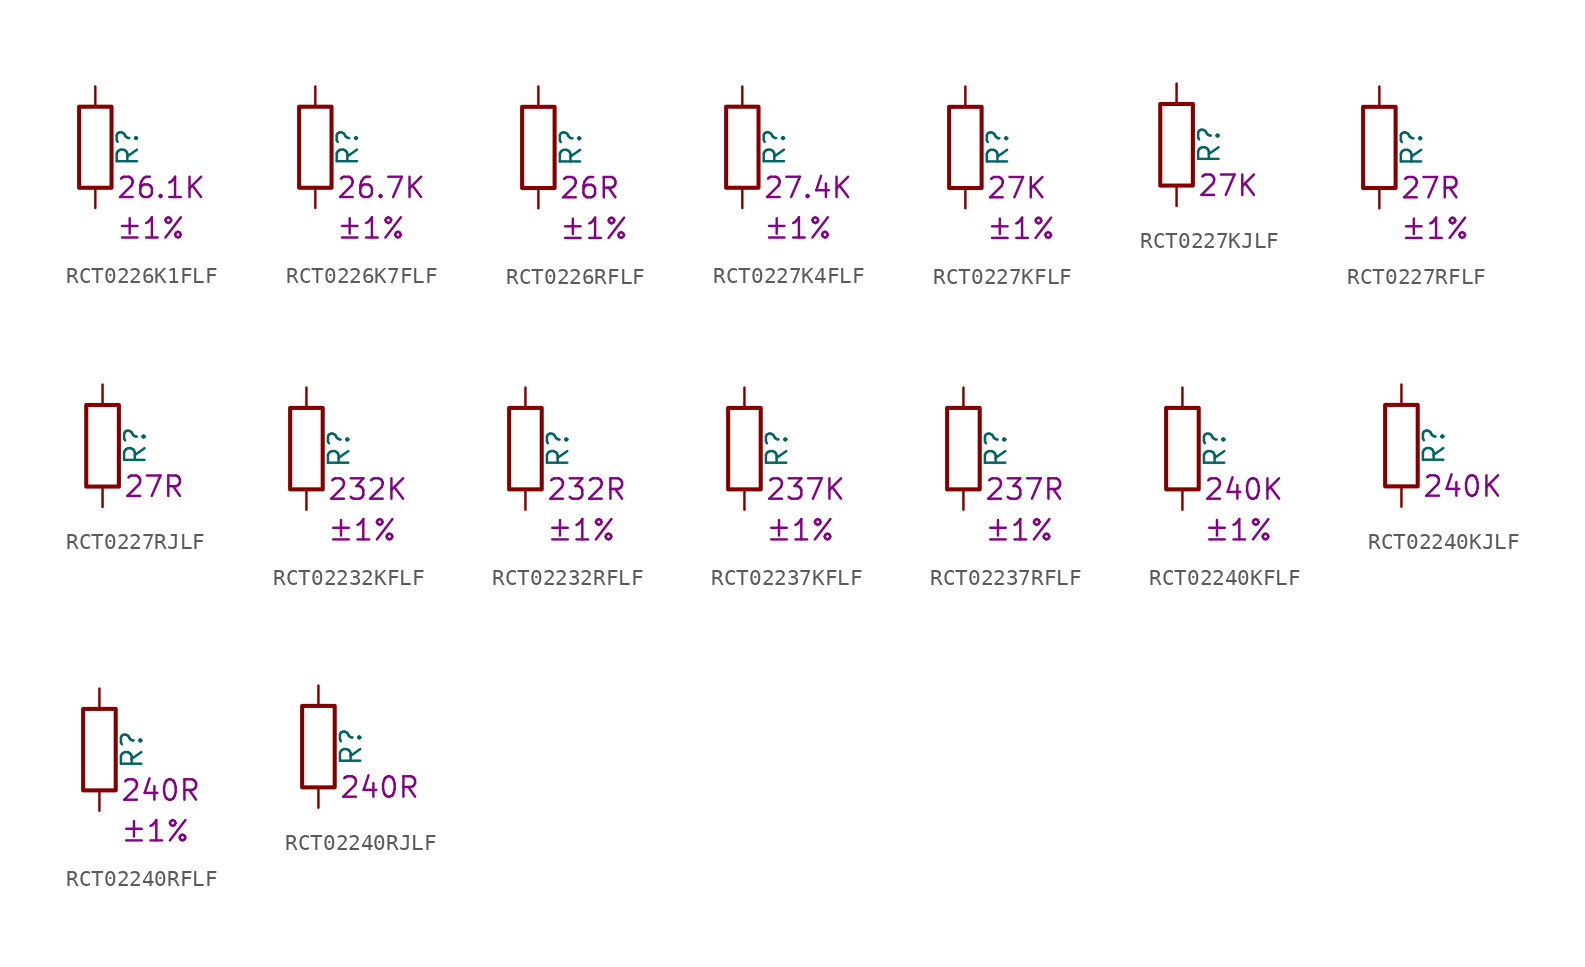
<source format=kicad_sym>
(kicad_symbol_lib
  (version 20220914)
  (generator kicad_symbol_editor)
  (symbol "RCT0226K1FLF"
    (pin_numbers hide)
    (pin_names
      (offset 0))
    (property "Reference" "R"
      (at 2.032 0 90)
      (effects (font (size 1.27 1.27))))
    (property "Resistance" "26.1K"
      (at 1.27 -2.54 0)
      (effects (font (size 1.27 1.27)) (justify left)))
    (property "Tolerance" "±1%"
      (at 1.27 -5.08 0)
      (effects (font (size 1.27 1.27)) (justify left)))
    (symbol "RCT0226K1FLF_0_1"
      (rectangle (start -1.016 -2.54) (end 1.016 2.54) (stroke (width 0.254) (type default)) (fill (type none))))
    (symbol "RCT0226K1FLF_1_1"
      (pin passive line (at 0 3.81 270) (length 1.27) (name "~" (effects (font (size 1.27 1.27)))) (number "1" (effects (font (size 1.27 1.27)))))
      (pin passive line (at 0 -3.81 90) (length 1.27) (name "~" (effects (font (size 1.27 1.27)))) (number "2" (effects (font (size 1.27 1.27)))))))
  (symbol "RCT0226K7FLF"
    (pin_numbers hide)
    (pin_names
      (offset 0))
    (property "Reference" "R"
      (at 2.032 0 90)
      (effects (font (size 1.27 1.27))))
    (property "Resistance" "26.7K"
      (at 1.27 -2.54 0)
      (effects (font (size 1.27 1.27)) (justify left)))
    (property "Tolerance" "±1%"
      (at 1.27 -5.08 0)
      (effects (font (size 1.27 1.27)) (justify left)))
    (symbol "RCT0226K7FLF_0_1"
      (rectangle (start -1.016 -2.54) (end 1.016 2.54) (stroke (width 0.254) (type default)) (fill (type none))))
    (symbol "RCT0226K7FLF_1_1"
      (pin passive line (at 0 3.81 270) (length 1.27) (name "~" (effects (font (size 1.27 1.27)))) (number "1" (effects (font (size 1.27 1.27)))))
      (pin passive line (at 0 -3.81 90) (length 1.27) (name "~" (effects (font (size 1.27 1.27)))) (number "2" (effects (font (size 1.27 1.27)))))))
  (symbol "RCT0226RFLF"
    (pin_numbers hide)
    (pin_names
      (offset 0))
    (property "Reference" "R"
      (at 2.032 0 90)
      (effects (font (size 1.27 1.27))))
    (property "Resistance" "26R"
      (at 1.27 -2.54 0)
      (effects (font (size 1.27 1.27)) (justify left)))
    (property "Tolerance" "±1%"
      (at 1.27 -5.08 0)
      (effects (font (size 1.27 1.27)) (justify left)))
    (symbol "RCT0226RFLF_0_1"
      (rectangle (start -1.016 -2.54) (end 1.016 2.54) (stroke (width 0.254) (type default)) (fill (type none))))
    (symbol "RCT0226RFLF_1_1"
      (pin passive line (at 0 3.81 270) (length 1.27) (name "~" (effects (font (size 1.27 1.27)))) (number "1" (effects (font (size 1.27 1.27)))))
      (pin passive line (at 0 -3.81 90) (length 1.27) (name "~" (effects (font (size 1.27 1.27)))) (number "2" (effects (font (size 1.27 1.27)))))))
  (symbol "RCT0227K4FLF"
    (pin_numbers hide)
    (pin_names
      (offset 0))
    (property "Reference" "R"
      (at 2.032 0 90)
      (effects (font (size 1.27 1.27))))
    (property "Resistance" "27.4K"
      (at 1.27 -2.54 0)
      (effects (font (size 1.27 1.27)) (justify left)))
    (property "Tolerance" "±1%"
      (at 1.27 -5.08 0)
      (effects (font (size 1.27 1.27)) (justify left)))
    (symbol "RCT0227K4FLF_0_1"
      (rectangle (start -1.016 -2.54) (end 1.016 2.54) (stroke (width 0.254) (type default)) (fill (type none))))
    (symbol "RCT0227K4FLF_1_1"
      (pin passive line (at 0 3.81 270) (length 1.27) (name "~" (effects (font (size 1.27 1.27)))) (number "1" (effects (font (size 1.27 1.27)))))
      (pin passive line (at 0 -3.81 90) (length 1.27) (name "~" (effects (font (size 1.27 1.27)))) (number "2" (effects (font (size 1.27 1.27)))))))
  (symbol "RCT0227KFLF"
    (pin_numbers hide)
    (pin_names
      (offset 0))
    (property "Reference" "R"
      (at 2.032 0 90)
      (effects (font (size 1.27 1.27))))
    (property "Resistance" "27K"
      (at 1.27 -2.54 0)
      (effects (font (size 1.27 1.27)) (justify left)))
    (property "Tolerance" "±1%"
      (at 1.27 -5.08 0)
      (effects (font (size 1.27 1.27)) (justify left)))
    (symbol "RCT0227KFLF_0_1"
      (rectangle (start -1.016 -2.54) (end 1.016 2.54) (stroke (width 0.254) (type default)) (fill (type none))))
    (symbol "RCT0227KFLF_1_1"
      (pin passive line (at 0 3.81 270) (length 1.27) (name "~" (effects (font (size 1.27 1.27)))) (number "1" (effects (font (size 1.27 1.27)))))
      (pin passive line (at 0 -3.81 90) (length 1.27) (name "~" (effects (font (size 1.27 1.27)))) (number "2" (effects (font (size 1.27 1.27)))))))
  (symbol "RCT0227KJLF"
    (pin_numbers hide)
    (pin_names
      (offset 0))
    (property "Reference" "R"
      (at 2.032 0 90)
      (effects (font (size 1.27 1.27))))
    (property "Resistance" "27K"
      (at 1.27 -2.54 0)
      (effects (font (size 1.27 1.27)) (justify left)))
    (symbol "RCT0227KJLF_0_1"
      (rectangle (start -1.016 -2.54) (end 1.016 2.54) (stroke (width 0.254) (type default)) (fill (type none))))
    (symbol "RCT0227KJLF_1_1"
      (pin passive line (at 0 3.81 270) (length 1.27) (name "~" (effects (font (size 1.27 1.27)))) (number "1" (effects (font (size 1.27 1.27)))))
      (pin passive line (at 0 -3.81 90) (length 1.27) (name "~" (effects (font (size 1.27 1.27)))) (number "2" (effects (font (size 1.27 1.27)))))))
  (symbol "RCT0227RFLF"
    (pin_numbers hide)
    (pin_names
      (offset 0))
    (property "Reference" "R"
      (at 2.032 0 90)
      (effects (font (size 1.27 1.27))))
    (property "Resistance" "27R"
      (at 1.27 -2.54 0)
      (effects (font (size 1.27 1.27)) (justify left)))
    (property "Tolerance" "±1%"
      (at 1.27 -5.08 0)
      (effects (font (size 1.27 1.27)) (justify left)))
    (symbol "RCT0227RFLF_0_1"
      (rectangle (start -1.016 -2.54) (end 1.016 2.54) (stroke (width 0.254) (type default)) (fill (type none))))
    (symbol "RCT0227RFLF_1_1"
      (pin passive line (at 0 3.81 270) (length 1.27) (name "~" (effects (font (size 1.27 1.27)))) (number "1" (effects (font (size 1.27 1.27)))))
      (pin passive line (at 0 -3.81 90) (length 1.27) (name "~" (effects (font (size 1.27 1.27)))) (number "2" (effects (font (size 1.27 1.27)))))))
  (symbol "RCT0227RJLF"
    (pin_numbers hide)
    (pin_names
      (offset 0))
    (property "Reference" "R"
      (at 2.032 0 90)
      (effects (font (size 1.27 1.27))))
    (property "Resistance" "27R"
      (at 1.27 -2.54 0)
      (effects (font (size 1.27 1.27)) (justify left)))
    (symbol "RCT0227RJLF_0_1"
      (rectangle (start -1.016 -2.54) (end 1.016 2.54) (stroke (width 0.254) (type default)) (fill (type none))))
    (symbol "RCT0227RJLF_1_1"
      (pin passive line (at 0 3.81 270) (length 1.27) (name "~" (effects (font (size 1.27 1.27)))) (number "1" (effects (font (size 1.27 1.27)))))
      (pin passive line (at 0 -3.81 90) (length 1.27) (name "~" (effects (font (size 1.27 1.27)))) (number "2" (effects (font (size 1.27 1.27)))))))
  (symbol "RCT02232KFLF"
    (pin_numbers hide)
    (pin_names
      (offset 0))
    (property "Reference" "R"
      (at 2.032 0 90)
      (effects (font (size 1.27 1.27))))
    (property "Resistance" "232K"
      (at 1.27 -2.54 0)
      (effects (font (size 1.27 1.27)) (justify left)))
    (property "Tolerance" "±1%"
      (at 1.27 -5.08 0)
      (effects (font (size 1.27 1.27)) (justify left)))
    (symbol "RCT02232KFLF_0_1"
      (rectangle (start -1.016 -2.54) (end 1.016 2.54) (stroke (width 0.254) (type default)) (fill (type none))))
    (symbol "RCT02232KFLF_1_1"
      (pin passive line (at 0 3.81 270) (length 1.27) (name "~" (effects (font (size 1.27 1.27)))) (number "1" (effects (font (size 1.27 1.27)))))
      (pin passive line (at 0 -3.81 90) (length 1.27) (name "~" (effects (font (size 1.27 1.27)))) (number "2" (effects (font (size 1.27 1.27)))))))
  (symbol "RCT02232RFLF"
    (pin_numbers hide)
    (pin_names
      (offset 0))
    (property "Reference" "R"
      (at 2.032 0 90)
      (effects (font (size 1.27 1.27))))
    (property "Resistance" "232R"
      (at 1.27 -2.54 0)
      (effects (font (size 1.27 1.27)) (justify left)))
    (property "Tolerance" "±1%"
      (at 1.27 -5.08 0)
      (effects (font (size 1.27 1.27)) (justify left)))
    (symbol "RCT02232RFLF_0_1"
      (rectangle (start -1.016 -2.54) (end 1.016 2.54) (stroke (width 0.254) (type default)) (fill (type none))))
    (symbol "RCT02232RFLF_1_1"
      (pin passive line (at 0 3.81 270) (length 1.27) (name "~" (effects (font (size 1.27 1.27)))) (number "1" (effects (font (size 1.27 1.27)))))
      (pin passive line (at 0 -3.81 90) (length 1.27) (name "~" (effects (font (size 1.27 1.27)))) (number "2" (effects (font (size 1.27 1.27)))))))
  (symbol "RCT02237KFLF"
    (pin_numbers hide)
    (pin_names
      (offset 0))
    (property "Reference" "R"
      (at 2.032 0 90)
      (effects (font (size 1.27 1.27))))
    (property "Resistance" "237K"
      (at 1.27 -2.54 0)
      (effects (font (size 1.27 1.27)) (justify left)))
    (property "Tolerance" "±1%"
      (at 1.27 -5.08 0)
      (effects (font (size 1.27 1.27)) (justify left)))
    (symbol "RCT02237KFLF_0_1"
      (rectangle (start -1.016 -2.54) (end 1.016 2.54) (stroke (width 0.254) (type default)) (fill (type none))))
    (symbol "RCT02237KFLF_1_1"
      (pin passive line (at 0 3.81 270) (length 1.27) (name "~" (effects (font (size 1.27 1.27)))) (number "1" (effects (font (size 1.27 1.27)))))
      (pin passive line (at 0 -3.81 90) (length 1.27) (name "~" (effects (font (size 1.27 1.27)))) (number "2" (effects (font (size 1.27 1.27)))))))
  (symbol "RCT02237RFLF"
    (pin_numbers hide)
    (pin_names
      (offset 0))
    (property "Reference" "R"
      (at 2.032 0 90)
      (effects (font (size 1.27 1.27))))
    (property "Resistance" "237R"
      (at 1.27 -2.54 0)
      (effects (font (size 1.27 1.27)) (justify left)))
    (property "Tolerance" "±1%"
      (at 1.27 -5.08 0)
      (effects (font (size 1.27 1.27)) (justify left)))
    (symbol "RCT02237RFLF_0_1"
      (rectangle (start -1.016 -2.54) (end 1.016 2.54) (stroke (width 0.254) (type default)) (fill (type none))))
    (symbol "RCT02237RFLF_1_1"
      (pin passive line (at 0 3.81 270) (length 1.27) (name "~" (effects (font (size 1.27 1.27)))) (number "1" (effects (font (size 1.27 1.27)))))
      (pin passive line (at 0 -3.81 90) (length 1.27) (name "~" (effects (font (size 1.27 1.27)))) (number "2" (effects (font (size 1.27 1.27)))))))
  (symbol "RCT02240KFLF"
    (pin_numbers hide)
    (pin_names
      (offset 0))
    (property "Reference" "R"
      (at 2.032 0 90)
      (effects (font (size 1.27 1.27))))
    (property "Resistance" "240K"
      (at 1.27 -2.54 0)
      (effects (font (size 1.27 1.27)) (justify left)))
    (property "Tolerance" "±1%"
      (at 1.27 -5.08 0)
      (effects (font (size 1.27 1.27)) (justify left)))
    (symbol "RCT02240KFLF_0_1"
      (rectangle (start -1.016 -2.54) (end 1.016 2.54) (stroke (width 0.254) (type default)) (fill (type none))))
    (symbol "RCT02240KFLF_1_1"
      (pin passive line (at 0 3.81 270) (length 1.27) (name "~" (effects (font (size 1.27 1.27)))) (number "1" (effects (font (size 1.27 1.27)))))
      (pin passive line (at 0 -3.81 90) (length 1.27) (name "~" (effects (font (size 1.27 1.27)))) (number "2" (effects (font (size 1.27 1.27)))))))
  (symbol "RCT02240KJLF"
    (pin_numbers hide)
    (pin_names
      (offset 0))
    (property "Reference" "R"
      (at 2.032 0 90)
      (effects (font (size 1.27 1.27))))
    (property "Resistance" "240K"
      (at 1.27 -2.54 0)
      (effects (font (size 1.27 1.27)) (justify left)))
    (symbol "RCT02240KJLF_0_1"
      (rectangle (start -1.016 -2.54) (end 1.016 2.54) (stroke (width 0.254) (type default)) (fill (type none))))
    (symbol "RCT02240KJLF_1_1"
      (pin passive line (at 0 3.81 270) (length 1.27) (name "~" (effects (font (size 1.27 1.27)))) (number "1" (effects (font (size 1.27 1.27)))))
      (pin passive line (at 0 -3.81 90) (length 1.27) (name "~" (effects (font (size 1.27 1.27)))) (number "2" (effects (font (size 1.27 1.27)))))))
  (symbol "RCT02240RFLF"
    (pin_numbers hide)
    (pin_names
      (offset 0))
    (property "Reference" "R"
      (at 2.032 0 90)
      (effects (font (size 1.27 1.27))))
    (property "Resistance" "240R"
      (at 1.27 -2.54 0)
      (effects (font (size 1.27 1.27)) (justify left)))
    (property "Tolerance" "±1%"
      (at 1.27 -5.08 0)
      (effects (font (size 1.27 1.27)) (justify left)))
    (symbol "RCT02240RFLF_0_1"
      (rectangle (start -1.016 -2.54) (end 1.016 2.54) (stroke (width 0.254) (type default)) (fill (type none))))
    (symbol "RCT02240RFLF_1_1"
      (pin passive line (at 0 3.81 270) (length 1.27) (name "~" (effects (font (size 1.27 1.27)))) (number "1" (effects (font (size 1.27 1.27)))))
      (pin passive line (at 0 -3.81 90) (length 1.27) (name "~" (effects (font (size 1.27 1.27)))) (number "2" (effects (font (size 1.27 1.27)))))))
  (symbol "RCT02240RJLF"
    (pin_numbers hide)
    (pin_names
      (offset 0))
    (property "Reference" "R"
      (at 2.032 0 90)
      (effects (font (size 1.27 1.27))))
    (property "Resistance" "240R"
      (at 1.27 -2.54 0)
      (effects (font (size 1.27 1.27)) (justify left)))
    (symbol "RCT02240RJLF_0_1"
      (rectangle (start -1.016 -2.54) (end 1.016 2.54) (stroke (width 0.254) (type default)) (fill (type none))))
    (symbol "RCT02240RJLF_1_1"
      (pin passive line (at 0 3.81 270) (length 1.27) (name "~" (effects (font (size 1.27 1.27)))) (number "1" (effects (font (size 1.27 1.27)))))
      (pin passive line (at 0 -3.81 90) (length 1.27) (name "~" (effects (font (size 1.27 1.27)))) (number "2" (effects (font (size 1.27 1.27))))))))
</source>
